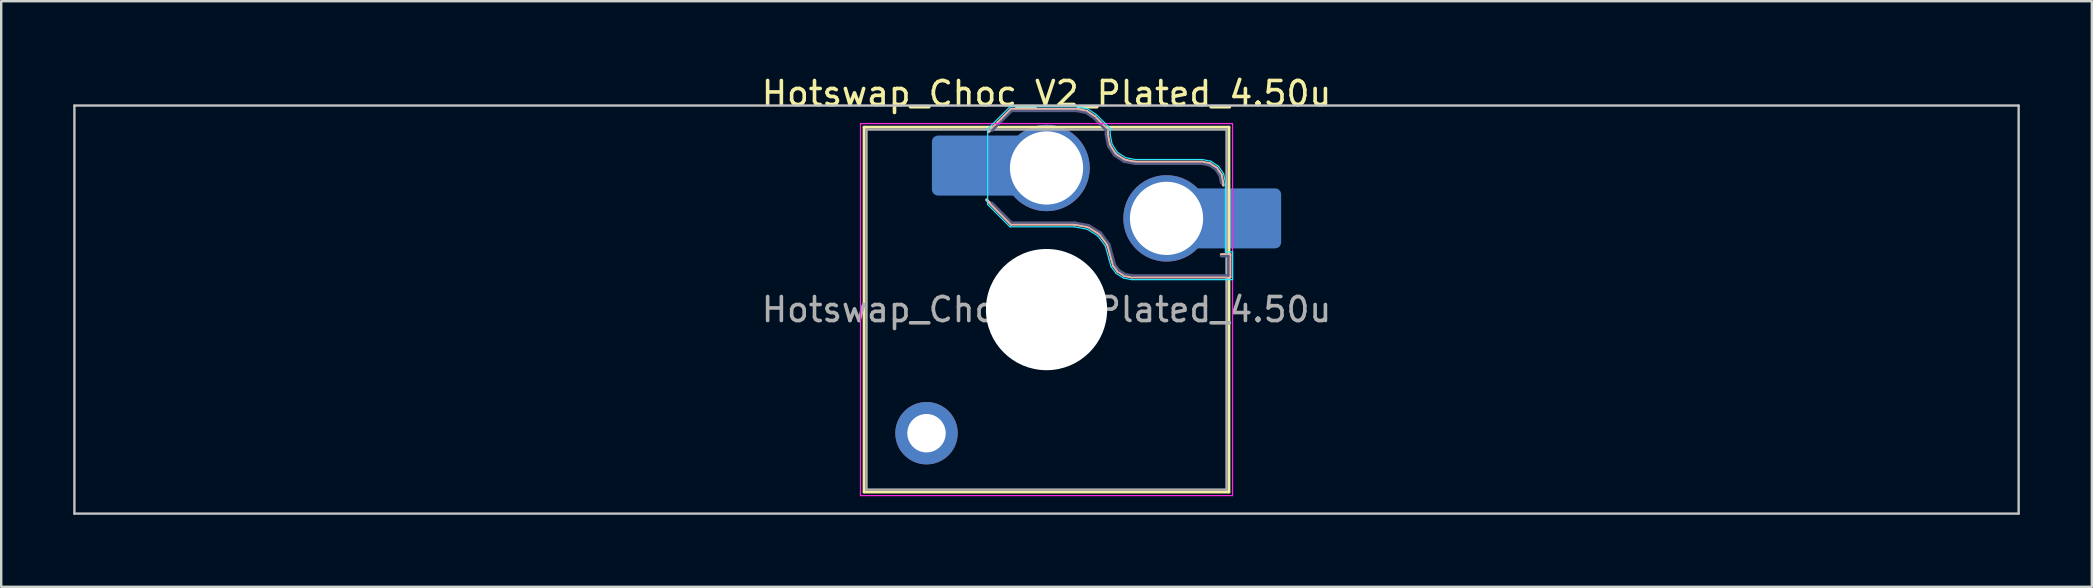
<source format=kicad_pcb>
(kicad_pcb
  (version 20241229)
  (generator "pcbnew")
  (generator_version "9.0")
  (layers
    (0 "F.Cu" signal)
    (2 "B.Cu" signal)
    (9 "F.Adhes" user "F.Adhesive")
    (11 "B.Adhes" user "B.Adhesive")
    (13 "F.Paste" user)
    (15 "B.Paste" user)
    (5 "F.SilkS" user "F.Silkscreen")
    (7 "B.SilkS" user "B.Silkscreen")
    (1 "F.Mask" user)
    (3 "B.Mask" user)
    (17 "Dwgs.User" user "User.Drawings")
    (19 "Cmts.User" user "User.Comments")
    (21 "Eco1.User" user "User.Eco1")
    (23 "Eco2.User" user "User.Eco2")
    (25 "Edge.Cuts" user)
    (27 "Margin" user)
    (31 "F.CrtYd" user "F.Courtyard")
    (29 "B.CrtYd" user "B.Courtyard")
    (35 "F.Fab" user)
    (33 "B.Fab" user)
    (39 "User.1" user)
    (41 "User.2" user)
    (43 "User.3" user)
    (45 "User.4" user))
  (footprint "Hotswap_Choc_V2_Plated_4.50u"
    (layer "F.Cu")
    (at 40.55 9.848)
    (property "Reference" "Hotswap_Choc_V2_Plated_4.50u" (at 0 -9 0) (layer "F.SilkS") (effects (font (size 1 1) (thickness 0.15))))
    (attr smd allow_soldermask_bridges)
    (fp_line (start -7.6 -7.6) (end -7.6 7.6) (stroke (width 0.12) (type solid)) (layer "F.SilkS"))
    (fp_line (start -7.6 7.6) (end 7.6 7.6) (stroke (width 0.12) (type solid)) (layer "F.SilkS"))
    (fp_line (start 7.6 -7.6) (end -7.6 -7.6) (stroke (width 0.12) (type solid)) (layer "F.SilkS"))
    (fp_line (start 7.6 7.6) (end 7.6 -7.6) (stroke (width 0.12) (type solid)) (layer "F.SilkS"))
    (fp_line (start -2.416 -7.409) (end -1.479 -8.346) (stroke (width 0.12) (type solid)) (layer "B.SilkS"))
    (fp_line (start -1.479 -8.346) (end 1.268 -8.346) (stroke (width 0.12) (type solid)) (layer "B.SilkS"))
    (fp_line (start -1.479 -3.554) (end -2.5 -4.575) (stroke (width 0.12) (type solid)) (layer "B.SilkS"))
    (fp_line (start 1.168 -3.554) (end -1.479 -3.554) (stroke (width 0.12) (type solid)) (layer "B.SilkS"))
    (fp_line (start 1.268 -8.346) (end 1.671 -8.266) (stroke (width 0.12) (type solid)) (layer "B.SilkS"))
    (fp_line (start 1.671 -8.266) (end 2.013 -8.037) (stroke (width 0.12) (type solid)) (layer "B.SilkS"))
    (fp_line (start 1.73 -3.449) (end 1.168 -3.554) (stroke (width 0.12) (type solid)) (layer "B.SilkS"))
    (fp_line (start 2.013 -8.037) (end 2.546 -7.504) (stroke (width 0.12) (type solid)) (layer "B.SilkS"))
    (fp_line (start 2.209 -3.15) (end 1.73 -3.449) (stroke (width 0.12) (type solid)) (layer "B.SilkS"))
    (fp_line (start 2.546 -7.504) (end 2.546 -7.282) (stroke (width 0.12) (type solid)) (layer "B.SilkS"))
    (fp_line (start 2.546 -7.282) (end 2.633 -6.844) (stroke (width 0.12) (type solid)) (layer "B.SilkS"))
    (fp_line (start 2.547 -2.697) (end 2.209 -3.15) (stroke (width 0.12) (type solid)) (layer "B.SilkS"))
    (fp_line (start 2.633 -6.844) (end 2.877 -6.477) (stroke (width 0.12) (type solid)) (layer "B.SilkS"))
    (fp_line (start 2.701 -2.139) (end 2.547 -2.697) (stroke (width 0.12) (type solid)) (layer "B.SilkS"))
    (fp_line (start 2.783 -1.841) (end 2.701 -2.139) (stroke (width 0.12) (type solid)) (layer "B.SilkS"))
    (fp_line (start 2.877 -6.477) (end 3.244 -6.233) (stroke (width 0.12) (type solid)) (layer "B.SilkS"))
    (fp_line (start 2.976 -1.583) (end 2.783 -1.841) (stroke (width 0.12) (type solid)) (layer "B.SilkS"))
    (fp_line (start 3.244 -6.233) (end 3.682 -6.146) (stroke (width 0.12) (type solid)) (layer "B.SilkS"))
    (fp_line (start 3.25 -1.413) (end 2.976 -1.583) (stroke (width 0.12) (type solid)) (layer "B.SilkS"))
    (fp_line (start 3.56 -1.354) (end 3.25 -1.413) (stroke (width 0.12) (type solid)) (layer "B.SilkS"))
    (fp_line (start 3.682 -6.146) (end 6.482 -6.146) (stroke (width 0.12) (type solid)) (layer "B.SilkS"))
    (fp_line (start 6.482 -6.146) (end 6.809 -6.081) (stroke (width 0.12) (type solid)) (layer "B.SilkS"))
    (fp_line (start 6.809 -6.081) (end 7.092 -5.892) (stroke (width 0.12) (type solid)) (layer "B.SilkS"))
    (fp_line (start 7.092 -5.892) (end 7.281 -5.609) (stroke (width 0.12) (type solid)) (layer "B.SilkS"))
    (fp_line (start 7.281 -5.609) (end 7.366 -5.182) (stroke (width 0.12) (type solid)) (layer "B.SilkS"))
    (fp_line (start 7.283 -2.296) (end 7.646 -2.296) (stroke (width 0.12) (type solid)) (layer "B.SilkS"))
    (fp_line (start 7.646 -2.296) (end 7.646 -1.354) (stroke (width 0.12) (type solid)) (layer "B.SilkS"))
    (fp_line (start 7.646 -1.354) (end 3.56 -1.354) (stroke (width 0.12) (type solid)) (layer "B.SilkS"))
    (fp_line (start -40.5 -8.5) (end -40.5 8.5) (stroke (width 0.1) (type solid)) (layer "Dwgs.User"))
    (fp_line (start -40.5 8.5) (end 40.5 8.5) (stroke (width 0.1) (type solid)) (layer "Dwgs.User"))
    (fp_line (start 40.5 -8.5) (end -40.5 -8.5) (stroke (width 0.1) (type solid)) (layer "Dwgs.User"))
    (fp_line (start 40.5 8.5) (end 40.5 -8.5) (stroke (width 0.1) (type solid)) (layer "Dwgs.User"))
    (fp_line (start -7.25 -7.25) (end -7.25 7.25) (stroke (width 0.1) (type solid)) (layer "Eco1.User"))
    (fp_line (start -7.25 7.25) (end 7.25 7.25) (stroke (width 0.1) (type solid)) (layer "Eco1.User"))
    (fp_line (start 7.25 -7.25) (end -7.25 -7.25) (stroke (width 0.1) (type solid)) (layer "Eco1.User"))
    (fp_line (start 7.25 7.25) (end 7.25 -7.25) (stroke (width 0.1) (type solid)) (layer "Eco1.User"))
    (fp_line (start -2.452 -7.523) (end -1.523 -8.452) (stroke (width 0.05) (type solid)) (layer "B.CrtYd"))
    (fp_line (start -2.452 -4.377) (end -2.452 -7.523) (stroke (width 0.05) (type solid)) (layer "B.CrtYd"))
    (fp_line (start -1.523 -8.452) (end 1.278 -8.452) (stroke (width 0.05) (type solid)) (layer "B.CrtYd"))
    (fp_line (start -1.523 -3.448) (end -2.452 -4.377) (stroke (width 0.05) (type solid)) (layer "B.CrtYd"))
    (fp_line (start 1.159 -3.448) (end -1.523 -3.448) (stroke (width 0.05) (type solid)) (layer "B.CrtYd"))
    (fp_line (start 1.278 -8.452) (end 1.712 -8.366) (stroke (width 0.05) (type solid)) (layer "B.CrtYd"))
    (fp_line (start 1.691 -3.348) (end 1.159 -3.448) (stroke (width 0.05) (type solid)) (layer "B.CrtYd"))
    (fp_line (start 1.712 -8.366) (end 2.081 -8.119) (stroke (width 0.05) (type solid)) (layer "B.CrtYd"))
    (fp_line (start 2.081 -8.119) (end 2.652 -7.548) (stroke (width 0.05) (type solid)) (layer "B.CrtYd"))
    (fp_line (start 2.136 -3.071) (end 1.691 -3.348) (stroke (width 0.05) (type solid)) (layer "B.CrtYd"))
    (fp_line (start 2.45 -2.65) (end 2.136 -3.071) (stroke (width 0.05) (type solid)) (layer "B.CrtYd"))
    (fp_line (start 2.599 -2.111) (end 2.45 -2.65) (stroke (width 0.05) (type solid)) (layer "B.CrtYd"))
    (fp_line (start 2.652 -7.548) (end 2.652 -7.292) (stroke (width 0.05) (type solid)) (layer "B.CrtYd"))
    (fp_line (start 2.652 -7.292) (end 2.733 -6.885) (stroke (width 0.05) (type solid)) (layer "B.CrtYd"))
    (fp_line (start 2.687 -1.794) (end 2.599 -2.111) (stroke (width 0.05) (type solid)) (layer "B.CrtYd"))
    (fp_line (start 2.733 -6.885) (end 2.953 -6.553) (stroke (width 0.05) (type solid)) (layer "B.CrtYd"))
    (fp_line (start 2.903 -1.503) (end 2.687 -1.794) (stroke (width 0.05) (type solid)) (layer "B.CrtYd"))
    (fp_line (start 2.953 -6.553) (end 3.285 -6.333) (stroke (width 0.05) (type solid)) (layer "B.CrtYd"))
    (fp_line (start 3.211 -1.312) (end 2.903 -1.503) (stroke (width 0.05) (type solid)) (layer "B.CrtYd"))
    (fp_line (start 3.285 -6.333) (end 3.692 -6.252) (stroke (width 0.05) (type solid)) (layer "B.CrtYd"))
    (fp_line (start 3.55 -1.248) (end 3.211 -1.312) (stroke (width 0.05) (type solid)) (layer "B.CrtYd"))
    (fp_line (start 3.692 -6.252) (end 6.492 -6.252) (stroke (width 0.05) (type solid)) (layer "B.CrtYd"))
    (fp_line (start 6.492 -6.252) (end 6.85 -6.181) (stroke (width 0.05) (type solid)) (layer "B.CrtYd"))
    (fp_line (start 6.85 -6.181) (end 7.168 -5.968) (stroke (width 0.05) (type solid)) (layer "B.CrtYd"))
    (fp_line (start 7.168 -5.968) (end 7.381 -5.65) (stroke (width 0.05) (type solid)) (layer "B.CrtYd"))
    (fp_line (start 7.381 -5.65) (end 7.452 -5.292) (stroke (width 0.05) (type solid)) (layer "B.CrtYd"))
    (fp_line (start 7.452 -5.292) (end 7.452 -2.402) (stroke (width 0.05) (type solid)) (layer "B.CrtYd"))
    (fp_line (start 7.452 -2.402) (end 7.752 -2.402) (stroke (width 0.05) (type solid)) (layer "B.CrtYd"))
    (fp_line (start 7.752 -2.402) (end 7.752 -1.248) (stroke (width 0.05) (type solid)) (layer "B.CrtYd"))
    (fp_line (start 7.752 -1.248) (end 3.55 -1.248) (stroke (width 0.05) (type solid)) (layer "B.CrtYd"))
    (fp_line (start -7.75 -7.75) (end -7.75 7.75) (stroke (width 0.05) (type solid)) (layer "F.CrtYd"))
    (fp_line (start -7.75 7.75) (end 7.75 7.75) (stroke (width 0.05) (type solid)) (layer "F.CrtYd"))
    (fp_line (start 7.75 -7.75) (end -7.75 -7.75) (stroke (width 0.05) (type solid)) (layer "F.CrtYd"))
    (fp_line (start 7.75 7.75) (end 7.75 -7.75) (stroke (width 0.05) (type solid)) (layer "F.CrtYd"))
    (fp_line (start -2.275 -7.45) (end -1.45 -8.275) (stroke (width 0.1) (type solid)) (layer "B.Fab"))
    (fp_line (start -1.45 -8.275) (end 1.261 -8.275) (stroke (width 0.1) (type solid)) (layer "B.Fab"))
    (fp_line (start -1.45 -3.625) (end -2.275 -4.45) (stroke (width 0.1) (type solid)) (layer "B.Fab"))
    (fp_line (start 1.175 -3.625) (end -1.45 -3.625) (stroke (width 0.1) (type solid)) (layer "B.Fab"))
    (fp_line (start 1.261 -8.275) (end 1.643 -8.199) (stroke (width 0.1) (type solid)) (layer "B.Fab"))
    (fp_line (start 1.643 -8.199) (end 1.968 -7.982) (stroke (width 0.1) (type solid)) (layer "B.Fab"))
    (fp_line (start 1.756 -3.516) (end 1.175 -3.625) (stroke (width 0.1) (type solid)) (layer "B.Fab"))
    (fp_line (start 1.968 -7.982) (end 2.475 -7.475) (stroke (width 0.1) (type solid)) (layer "B.Fab"))
    (fp_line (start 2.258 -3.203) (end 1.756 -3.516) (stroke (width 0.1) (type solid)) (layer "B.Fab"))
    (fp_line (start 2.475 -7.475) (end 2.475 -7.275) (stroke (width 0.1) (type solid)) (layer "B.Fab"))
    (fp_line (start 2.475 -7.275) (end 2.566 -6.816) (stroke (width 0.1) (type solid)) (layer "B.Fab"))
    (fp_line (start 2.566 -6.816) (end 2.826 -6.426) (stroke (width 0.1) (type solid)) (layer "B.Fab"))
    (fp_line (start 2.612 -2.729) (end 2.258 -3.203) (stroke (width 0.1) (type solid)) (layer "B.Fab"))
    (fp_line (start 2.769 -2.158) (end 2.612 -2.729) (stroke (width 0.1) (type solid)) (layer "B.Fab"))
    (fp_line (start 2.826 -6.426) (end 3.216 -6.166) (stroke (width 0.1) (type solid)) (layer "B.Fab"))
    (fp_line (start 2.848 -1.873) (end 2.769 -2.158) (stroke (width 0.1) (type solid)) (layer "B.Fab"))
    (fp_line (start 3.025 -1.636) (end 2.848 -1.873) (stroke (width 0.1) (type solid)) (layer "B.Fab"))
    (fp_line (start 3.216 -6.166) (end 3.675 -6.075) (stroke (width 0.1) (type solid)) (layer "B.Fab"))
    (fp_line (start 3.276 -1.48) (end 3.025 -1.636) (stroke (width 0.1) (type solid)) (layer "B.Fab"))
    (fp_line (start 3.567 -1.425) (end 3.276 -1.48) (stroke (width 0.1) (type solid)) (layer "B.Fab"))
    (fp_line (start 3.675 -6.075) (end 6.475 -6.075) (stroke (width 0.1) (type solid)) (layer "B.Fab"))
    (fp_line (start 6.475 -6.075) (end 6.781 -6.014) (stroke (width 0.1) (type solid)) (layer "B.Fab"))
    (fp_line (start 6.781 -6.014) (end 7.041 -5.841) (stroke (width 0.1) (type solid)) (layer "B.Fab"))
    (fp_line (start 7.041 -5.841) (end 7.214 -5.581) (stroke (width 0.1) (type solid)) (layer "B.Fab"))
    (fp_line (start 7.214 -5.581) (end 7.275 -5.275) (stroke (width 0.1) (type solid)) (layer "B.Fab"))
    (fp_line (start 7.275 -2.225) (end 7.575 -2.225) (stroke (width 0.1) (type solid)) (layer "B.Fab"))
    (fp_line (start 7.575 -2.225) (end 7.575 -1.425) (stroke (width 0.1) (type solid)) (layer "B.Fab"))
    (fp_line (start 7.575 -1.425) (end 3.567 -1.425) (stroke (width 0.1) (type solid)) (layer "B.Fab"))
    (fp_line (start -7.5 -7.5) (end -7.5 7.5) (stroke (width 0.1) (type solid)) (layer "F.Fab"))
    (fp_line (start -7.5 7.5) (end 7.5 7.5) (stroke (width 0.1) (type solid)) (layer "F.Fab"))
    (fp_line (start 7.5 -7.5) (end -7.5 -7.5) (stroke (width 0.1) (type solid)) (layer "F.Fab"))
    (fp_line (start 7.5 7.5) (end 7.5 -7.5) (stroke (width 0.1) (type solid)) (layer "F.Fab"))
    (fp_text user "${REFERENCE}" (at 0 0 0) (layer "F.Fab") (effects (font (size 1 1) (thickness 0.15))))
    (pad "" thru_hole circle (at -5 5.15) (size 2.6 2.6) (drill 1.6) (layers "*.Cu" "*.Mask"))
    (pad "" smd roundrect (at -3.5 -6) (size 2.55 2.5) (layers "B.Mask" "B.Paste") (roundrect_rratio 0.1))
    (pad "" np_thru_hole circle (at 0 0) (size 5.05 5.05) (drill 5.05) (layers "*.Cu" "*.Mask"))
    (pad "" smd roundrect (at 8.5 -3.8) (size 2.55 2.5) (layers "B.Mask" "B.Paste") (roundrect_rratio 0.1))
    (pad "1" smd roundrect (at -2.85 -6) (size 3.85 2.5) (layers "B.Cu") (roundrect_rratio 0.1))
    (pad "1" thru_hole circle (at 0 -5.9) (size 3.6 3.6) (drill 3.05) (layers "*.Cu" "*.Mask"))
    (pad "2" thru_hole circle (at 5 -3.8) (size 3.6 3.6) (drill 3.05) (layers "*.Cu" "*.Mask"))
    (pad "2" smd roundrect (at 7.85 -3.8) (size 3.85 2.5) (layers "B.Cu") (roundrect_rratio 0.1)))
  (gr_rect
    (start -3 -3)
    (end 84.1 21.398)
    (stroke (width 0.1) (type default))
    (fill no)
    (layer "Edge.Cuts")))
</source>
